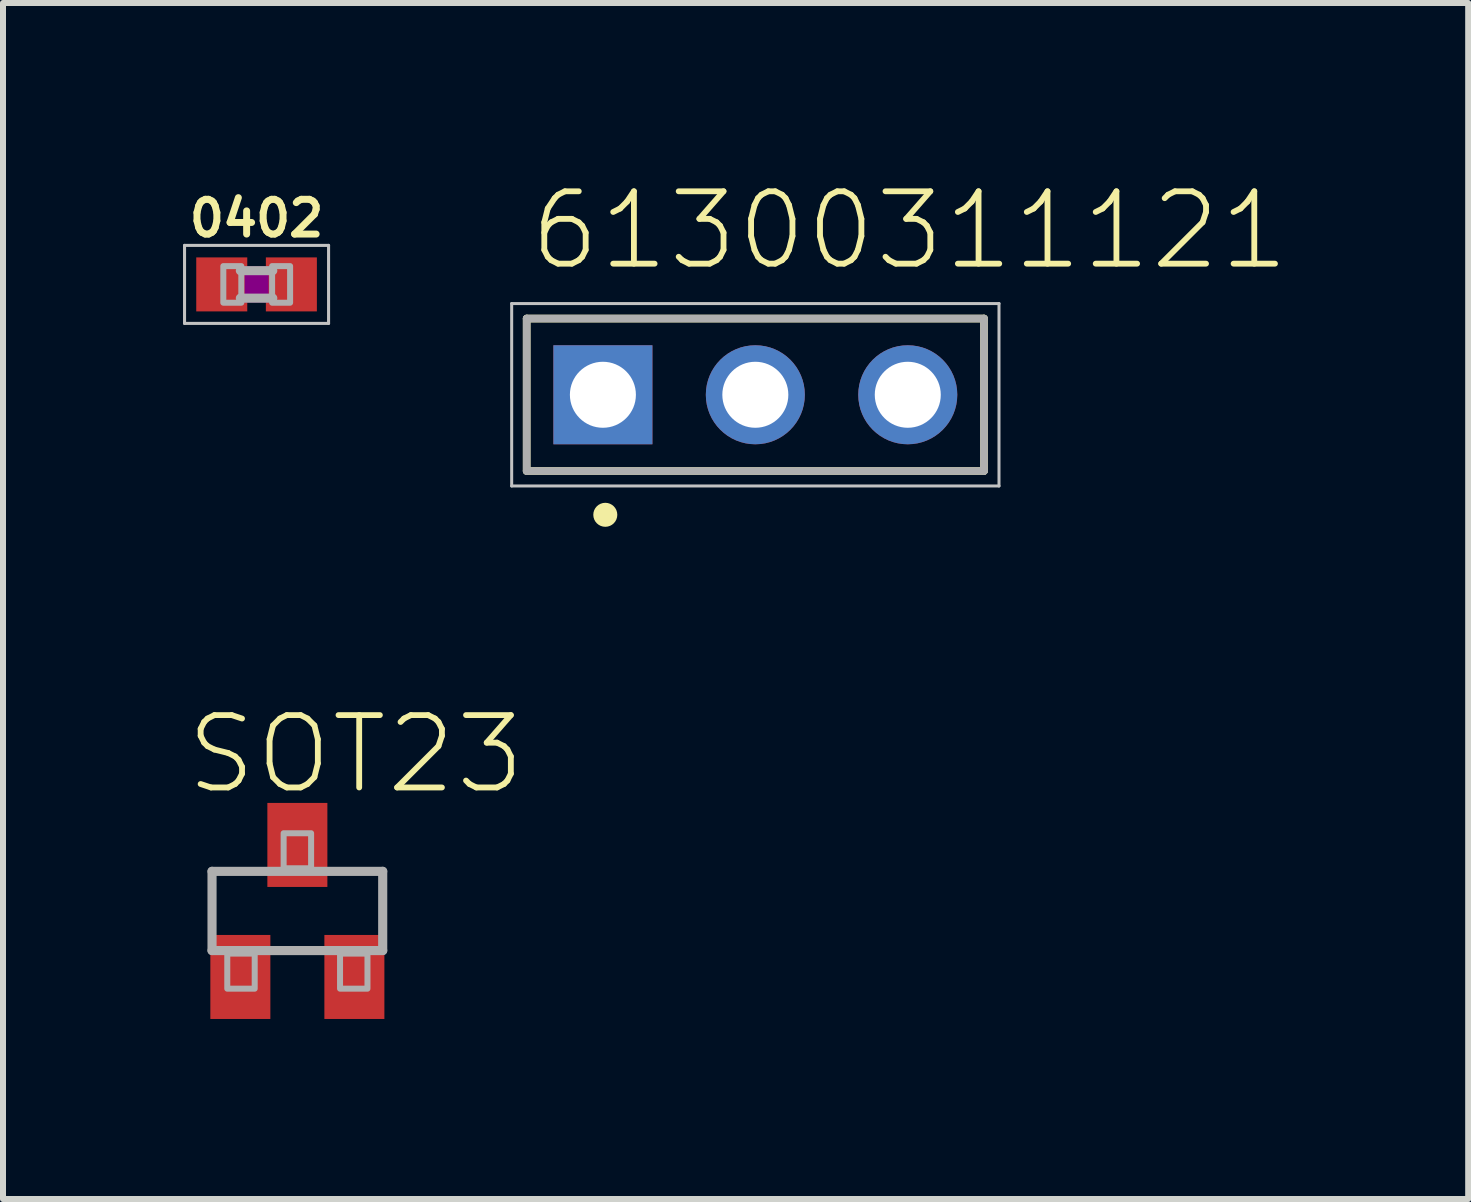
<source format=kicad_pcb>
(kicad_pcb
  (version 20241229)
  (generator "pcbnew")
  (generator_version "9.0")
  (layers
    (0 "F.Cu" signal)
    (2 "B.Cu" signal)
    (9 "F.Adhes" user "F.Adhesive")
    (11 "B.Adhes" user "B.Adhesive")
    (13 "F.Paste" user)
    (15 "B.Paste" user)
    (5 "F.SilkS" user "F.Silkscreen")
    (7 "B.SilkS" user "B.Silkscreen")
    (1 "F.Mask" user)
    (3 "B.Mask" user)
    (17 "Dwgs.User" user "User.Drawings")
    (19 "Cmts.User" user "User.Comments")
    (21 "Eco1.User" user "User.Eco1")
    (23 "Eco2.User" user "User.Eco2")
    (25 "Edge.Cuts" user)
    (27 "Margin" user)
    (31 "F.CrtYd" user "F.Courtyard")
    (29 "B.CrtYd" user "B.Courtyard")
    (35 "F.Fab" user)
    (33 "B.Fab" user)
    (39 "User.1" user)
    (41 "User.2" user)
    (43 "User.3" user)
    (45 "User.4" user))
  (footprint "61300311121"
    (layer "F.Cu")
    (at 9.536 3.528)
    (property "Reference" "61300311121" (at -3.81 -2.032 180) (layer "F.SilkS") (effects (font (size 1.206 1.206) (thickness 0.097)) (justify left bottom)))
    (attr through_hole)
    (fp_line (start -3.81 -1.27) (end -3.81 1.27) (stroke (width 0.127) (type solid)) (layer "F.SilkS"))
    (fp_line (start -3.81 1.27) (end 3.81 1.27) (stroke (width 0.127) (type solid)) (layer "F.SilkS"))
    (fp_line (start 3.81 -1.27) (end -3.81 -1.27) (stroke (width 0.127) (type solid)) (layer "F.SilkS"))
    (fp_line (start 3.81 1.27) (end 3.81 -1.27) (stroke (width 0.127) (type solid)) (layer "F.SilkS"))
    (fp_circle (center -2.5 2) (end -2.4 2) (stroke (width 0.2) (type solid)) (fill no) (layer "F.SilkS"))
    (fp_line (start -4.06 -1.52) (end 4.06 -1.52) (stroke (width 0.05) (type solid)) (layer "Dwgs.User"))
    (fp_line (start -4.06 1.52) (end -4.06 -1.52) (stroke (width 0.05) (type solid)) (layer "Dwgs.User"))
    (fp_line (start 4.06 -1.52) (end 4.06 1.52) (stroke (width 0.05) (type solid)) (layer "Dwgs.User"))
    (fp_line (start 4.06 1.52) (end -4.06 1.52) (stroke (width 0.05) (type solid)) (layer "Dwgs.User"))
    (fp_line (start -3.81 -1.27) (end -3.81 1.27) (stroke (width 0.127) (type solid)) (layer "F.Fab"))
    (fp_line (start -3.81 1.27) (end 3.81 1.27) (stroke (width 0.127) (type solid)) (layer "F.Fab"))
    (fp_line (start 3.81 -1.27) (end -3.81 -1.27) (stroke (width 0.127) (type solid)) (layer "F.Fab"))
    (fp_line (start 3.81 1.27) (end 3.81 -1.27) (stroke (width 0.127) (type solid)) (layer "F.Fab"))
    (pad "1" thru_hole rect (at -2.54 0) (size 1.65 1.65) (drill 1.1) (layers "*.Cu" "*.Mask"))
    (pad "2" thru_hole circle (at 0 0) (size 1.65 1.65) (drill 1.1) (layers "*.Cu" "*.Mask"))
    (pad "3" thru_hole circle (at 2.54 0) (size 1.65 1.65) (drill 1.1) (layers "*.Cu" "*.Mask")))
  (footprint "SOT23"
    (layer "F.Cu")
    (at 1.905 12.129)
    (property "Reference" "SOT23" (at -1.905 -1.905 0) (layer "F.SilkS") (effects (font (size 1.206 1.206) (thickness 0.097)) (justify left bottom)))
    (attr through_hole)
    (fp_line (start -1.422 -0.66) (end 1.422 -0.66) (stroke (width 0.152) (type solid)) (layer "F.Fab"))
    (fp_line (start -1.422 0.66) (end -1.422 -0.66) (stroke (width 0.152) (type solid)) (layer "F.Fab"))
    (fp_line (start 1.422 -0.66) (end 1.422 0.66) (stroke (width 0.152) (type solid)) (layer "F.Fab"))
    (fp_line (start 1.422 0.66) (end -1.422 0.66) (stroke (width 0.152) (type solid)) (layer "F.Fab"))
    (fp_poly (pts (xy -1.168 1.295) (xy -0.711 1.295) (xy -0.711 0.711) (xy -1.168 0.711)) (stroke (width 0.1) (type solid)) (fill no) (layer "F.Fab"))
    (fp_poly (pts (xy -0.229 -0.711) (xy 0.229 -0.711) (xy 0.229 -1.295) (xy -0.229 -1.295)) (stroke (width 0.1) (type solid)) (fill no) (layer "F.Fab"))
    (fp_poly (pts (xy 0.711 1.295) (xy 1.168 1.295) (xy 1.168 0.711) (xy 0.711 0.711)) (stroke (width 0.1) (type solid)) (fill no) (layer "F.Fab"))
    (pad "1" smd rect (at -0.95 1.1) (size 1 1.4) (layers "F.Cu" "F.Mask" "F.Paste"))
    (pad "2" smd rect (at 0.95 1.1) (size 1 1.4) (layers "F.Cu" "F.Mask" "F.Paste"))
    (pad "3" smd rect (at 0 -1.1) (size 1 1.4) (layers "F.Cu" "F.Mask" "F.Paste")))
  (footprint "0402"
    (layer "F.Cu")
    (at 1.225 1.689)
    (property "Reference" "0402" (at 0 -0.762 180) (layer "F.SilkS") (effects (font (size 0.579 0.579) (thickness 0.116)) (justify bottom)))
    (attr through_hole)
    (fp_poly (pts (xy -0.2 0.3) (xy 0.2 0.3) (xy 0.2 -0.3) (xy -0.2 -0.3)) (stroke (width 0) (type solid)) (fill yes) (layer "F.Adhes"))
    (fp_line (start -1.2 -0.65) (end 1.2 -0.65) (stroke (width 0.051) (type solid)) (layer "Dwgs.User"))
    (fp_line (start -1.2 0.65) (end -1.2 -0.65) (stroke (width 0.051) (type solid)) (layer "Dwgs.User"))
    (fp_line (start 1.2 -0.65) (end 1.2 0.65) (stroke (width 0.051) (type solid)) (layer "Dwgs.User"))
    (fp_line (start 1.2 0.65) (end -1.2 0.65) (stroke (width 0.051) (type solid)) (layer "Dwgs.User"))
    (fp_line (start -0.27 -0.229) (end 0.27 -0.229) (stroke (width 0.152) (type solid)) (layer "F.Fab"))
    (fp_line (start 0.27 0.229) (end -0.27 0.229) (stroke (width 0.152) (type solid)) (layer "F.Fab"))
    (fp_poly (pts (xy -0.554 0.305) (xy -0.254 0.305) (xy -0.254 -0.305) (xy -0.554 -0.305)) (stroke (width 0.1) (type solid)) (fill no) (layer "F.Fab"))
    (fp_poly (pts (xy 0.259 0.305) (xy 0.559 0.305) (xy 0.559 -0.305) (xy 0.259 -0.305)) (stroke (width 0.1) (type solid)) (fill no) (layer "F.Fab"))
    (pad "1" smd rect (at -0.58 0) (size 0.85 0.9) (layers "F.Cu" "F.Mask" "F.Paste"))
    (pad "2" smd rect (at 0.58 0) (size 0.85 0.9) (layers "F.Cu" "F.Mask" "F.Paste")))
  (gr_rect
    (start -3 -3)
    (end 21.414 16.929)
    (stroke (width 0.1) (type default))
    (fill no)
    (layer "Edge.Cuts")))
</source>
